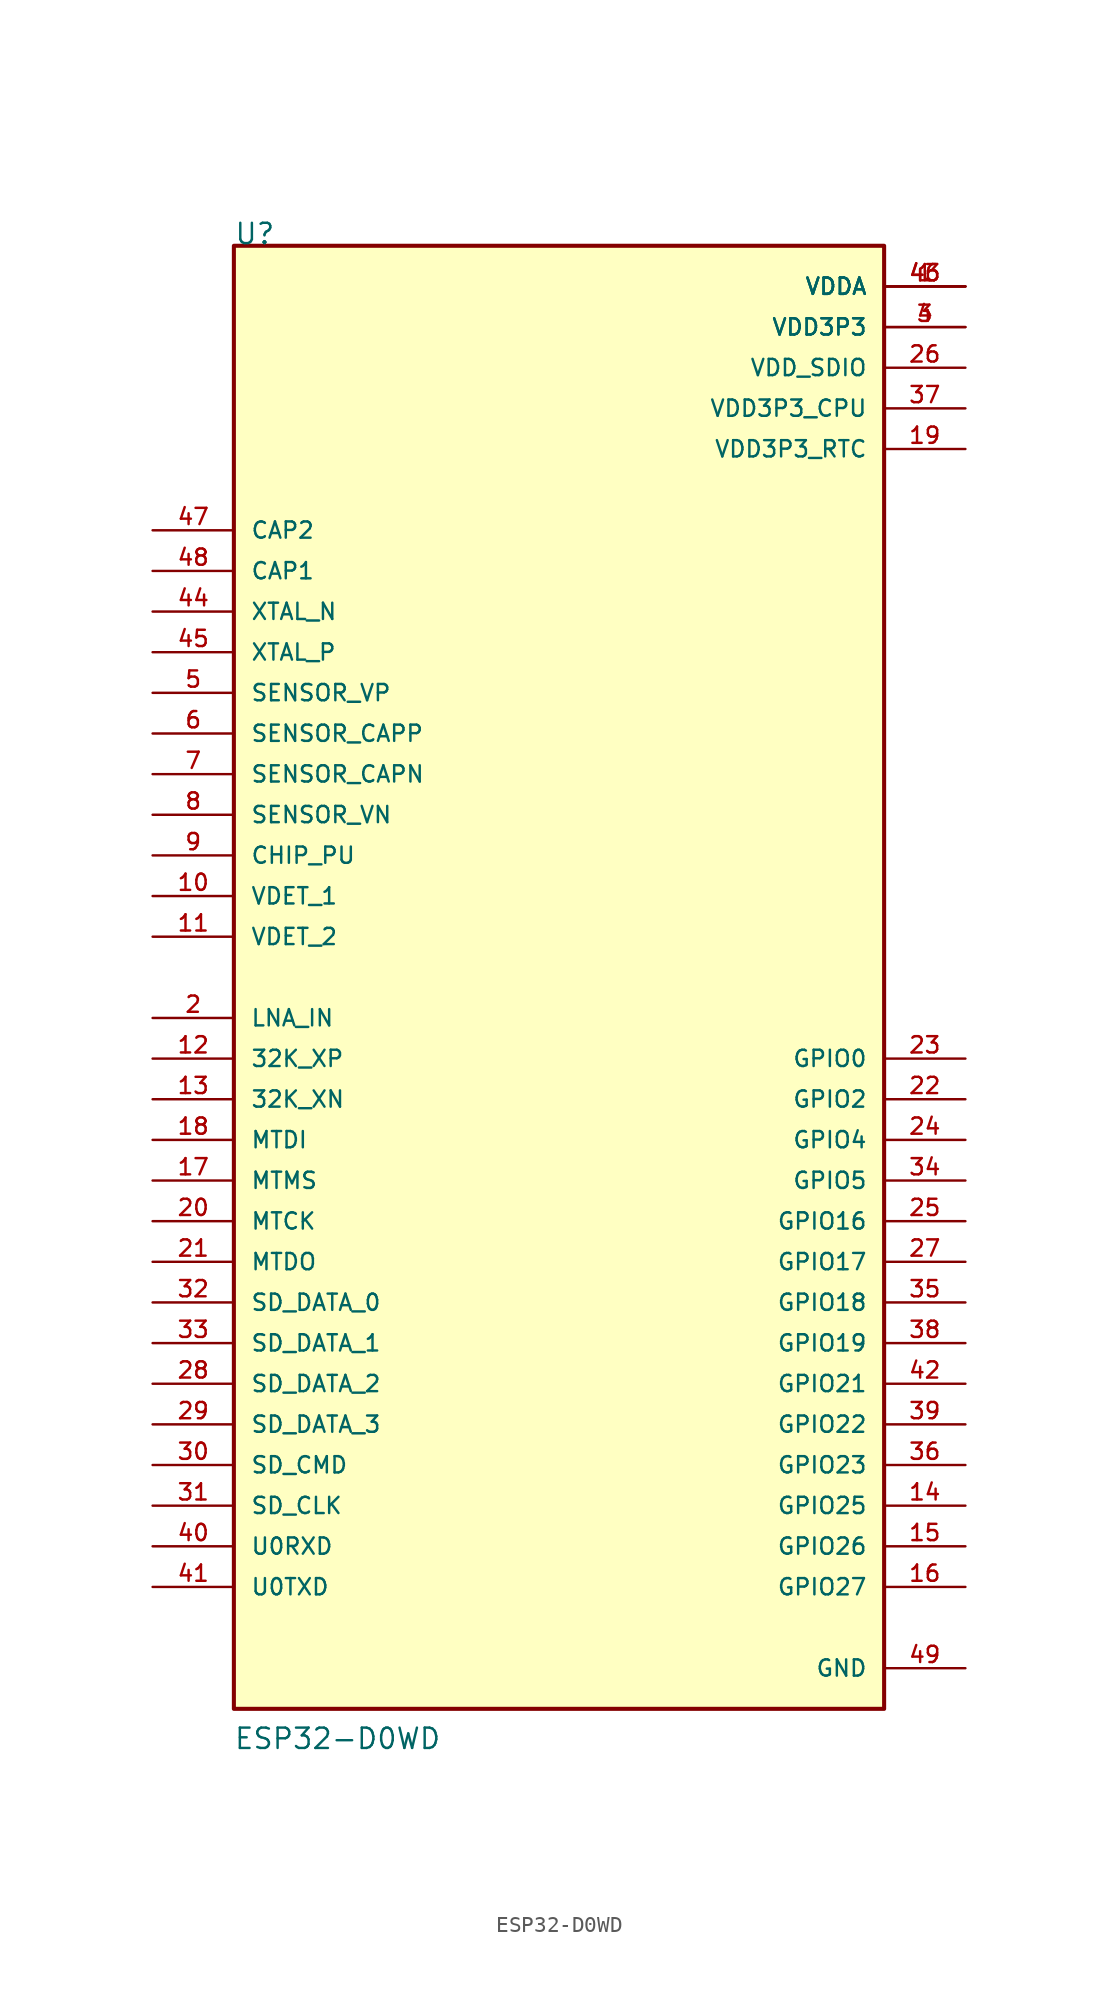
<source format=kicad_sym>
(kicad_symbol_lib
  (version 20211014)
  (generator kicad_symbol_editor)
  (symbol "ESP32-D0WD"
    (pin_names
      (offset 1.016))
    (property "Reference" "U"
      (at -20.322 45.725 0)
      (effects (font (size 1.27 1.27)) (justify bottom left)))
    (property "Value" "ESP32-D0WD"
      (at -20.348 -48.326 0)
      (effects (font (size 1.27 1.27)) (justify bottom left)))
    (symbol "ESP32-D0WD_0_0"
      (rectangle (start -20.32 -45.72) (end 20.32 45.72) (stroke (width 0.254)) (fill (type background)))
      (pin power_in line (at 25.4 43.18 180.0) (length 5.08) (name "VDDA" (effects (font (size 1.016 1.016)))) (number "1" (effects (font (size 1.016 1.016)))))
      (pin power_in line (at 25.4 43.18 180.0) (length 5.08) (name "VDDA" (effects (font (size 1.016 1.016)))) (number "43" (effects (font (size 1.016 1.016)))))
      (pin power_in line (at 25.4 43.18 180.0) (length 5.08) (name "VDDA" (effects (font (size 1.016 1.016)))) (number "46" (effects (font (size 1.016 1.016)))))
      (pin bidirectional line (at -25.4 -2.54 0) (length 5.08) (name "LNA_IN" (effects (font (size 1.016 1.016)))) (number "2" (effects (font (size 1.016 1.016)))))
      (pin power_in line (at 25.4 40.64 180.0) (length 5.08) (name "VDD3P3" (effects (font (size 1.016 1.016)))) (number "3" (effects (font (size 1.016 1.016)))))
      (pin power_in line (at 25.4 40.64 180.0) (length 5.08) (name "VDD3P3" (effects (font (size 1.016 1.016)))) (number "4" (effects (font (size 1.016 1.016)))))
      (pin input line (at -25.4 17.78 0) (length 5.08) (name "SENSOR_VP" (effects (font (size 1.016 1.016)))) (number "5" (effects (font (size 1.016 1.016)))))
      (pin input line (at -25.4 15.24 0) (length 5.08) (name "SENSOR_CAPP" (effects (font (size 1.016 1.016)))) (number "6" (effects (font (size 1.016 1.016)))))
      (pin input line (at -25.4 12.7 0) (length 5.08) (name "SENSOR_CAPN" (effects (font (size 1.016 1.016)))) (number "7" (effects (font (size 1.016 1.016)))))
      (pin input line (at -25.4 10.16 0) (length 5.08) (name "SENSOR_VN" (effects (font (size 1.016 1.016)))) (number "8" (effects (font (size 1.016 1.016)))))
      (pin input line (at -25.4 7.62 0) (length 5.08) (name "CHIP_PU" (effects (font (size 1.016 1.016)))) (number "9" (effects (font (size 1.016 1.016)))))
      (pin input line (at -25.4 5.08 0) (length 5.08) (name "VDET_1" (effects (font (size 1.016 1.016)))) (number "10" (effects (font (size 1.016 1.016)))))
      (pin input line (at -25.4 2.54 0) (length 5.08) (name "VDET_2" (effects (font (size 1.016 1.016)))) (number "11" (effects (font (size 1.016 1.016)))))
      (pin bidirectional line (at -25.4 -5.08 0) (length 5.08) (name "32K_XP" (effects (font (size 1.016 1.016)))) (number "12" (effects (font (size 1.016 1.016)))))
      (pin bidirectional line (at -25.4 -7.62 0) (length 5.08) (name "32K_XN" (effects (font (size 1.016 1.016)))) (number "13" (effects (font (size 1.016 1.016)))))
      (pin bidirectional line (at 25.4 -33.02 180.0) (length 5.08) (name "GPIO25" (effects (font (size 1.016 1.016)))) (number "14" (effects (font (size 1.016 1.016)))))
      (pin bidirectional line (at 25.4 -35.56 180.0) (length 5.08) (name "GPIO26" (effects (font (size 1.016 1.016)))) (number "15" (effects (font (size 1.016 1.016)))))
      (pin bidirectional line (at 25.4 -38.1 180.0) (length 5.08) (name "GPIO27" (effects (font (size 1.016 1.016)))) (number "16" (effects (font (size 1.016 1.016)))))
      (pin bidirectional line (at -25.4 -12.7 0) (length 5.08) (name "MTMS" (effects (font (size 1.016 1.016)))) (number "17" (effects (font (size 1.016 1.016)))))
      (pin bidirectional line (at -25.4 -10.16 0) (length 5.08) (name "MTDI" (effects (font (size 1.016 1.016)))) (number "18" (effects (font (size 1.016 1.016)))))
      (pin power_in line (at 25.4 33.02 180.0) (length 5.08) (name "VDD3P3_RTC" (effects (font (size 1.016 1.016)))) (number "19" (effects (font (size 1.016 1.016)))))
      (pin bidirectional line (at -25.4 -15.24 0) (length 5.08) (name "MTCK" (effects (font (size 1.016 1.016)))) (number "20" (effects (font (size 1.016 1.016)))))
      (pin bidirectional line (at -25.4 -17.78 0) (length 5.08) (name "MTDO" (effects (font (size 1.016 1.016)))) (number "21" (effects (font (size 1.016 1.016)))))
      (pin bidirectional line (at 25.4 -7.62 180.0) (length 5.08) (name "GPIO2" (effects (font (size 1.016 1.016)))) (number "22" (effects (font (size 1.016 1.016)))))
      (pin bidirectional line (at 25.4 -5.08 180.0) (length 5.08) (name "GPIO0" (effects (font (size 1.016 1.016)))) (number "23" (effects (font (size 1.016 1.016)))))
      (pin bidirectional line (at 25.4 -10.16 180.0) (length 5.08) (name "GPIO4" (effects (font (size 1.016 1.016)))) (number "24" (effects (font (size 1.016 1.016)))))
      (pin bidirectional line (at 25.4 -15.24 180.0) (length 5.08) (name "GPIO16" (effects (font (size 1.016 1.016)))) (number "25" (effects (font (size 1.016 1.016)))))
      (pin power_in line (at 25.4 38.1 180.0) (length 5.08) (name "VDD_SDIO" (effects (font (size 1.016 1.016)))) (number "26" (effects (font (size 1.016 1.016)))))
      (pin bidirectional line (at 25.4 -17.78 180.0) (length 5.08) (name "GPIO17" (effects (font (size 1.016 1.016)))) (number "27" (effects (font (size 1.016 1.016)))))
      (pin bidirectional line (at -25.4 -25.4 0) (length 5.08) (name "SD_DATA_2" (effects (font (size 1.016 1.016)))) (number "28" (effects (font (size 1.016 1.016)))))
      (pin bidirectional line (at -25.4 -27.94 0) (length 5.08) (name "SD_DATA_3" (effects (font (size 1.016 1.016)))) (number "29" (effects (font (size 1.016 1.016)))))
      (pin bidirectional line (at -25.4 -30.48 0) (length 5.08) (name "SD_CMD" (effects (font (size 1.016 1.016)))) (number "30" (effects (font (size 1.016 1.016)))))
      (pin bidirectional line (at -25.4 -33.02 0) (length 5.08) (name "SD_CLK" (effects (font (size 1.016 1.016)))) (number "31" (effects (font (size 1.016 1.016)))))
      (pin bidirectional line (at -25.4 -20.32 0) (length 5.08) (name "SD_DATA_0" (effects (font (size 1.016 1.016)))) (number "32" (effects (font (size 1.016 1.016)))))
      (pin bidirectional line (at -25.4 -22.86 0) (length 5.08) (name "SD_DATA_1" (effects (font (size 1.016 1.016)))) (number "33" (effects (font (size 1.016 1.016)))))
      (pin bidirectional line (at 25.4 -12.7 180.0) (length 5.08) (name "GPIO5" (effects (font (size 1.016 1.016)))) (number "34" (effects (font (size 1.016 1.016)))))
      (pin bidirectional line (at 25.4 -20.32 180.0) (length 5.08) (name "GPIO18" (effects (font (size 1.016 1.016)))) (number "35" (effects (font (size 1.016 1.016)))))
      (pin bidirectional line (at 25.4 -30.48 180.0) (length 5.08) (name "GPIO23" (effects (font (size 1.016 1.016)))) (number "36" (effects (font (size 1.016 1.016)))))
      (pin power_in line (at 25.4 35.56 180.0) (length 5.08) (name "VDD3P3_CPU" (effects (font (size 1.016 1.016)))) (number "37" (effects (font (size 1.016 1.016)))))
      (pin bidirectional line (at 25.4 -22.86 180.0) (length 5.08) (name "GPIO19" (effects (font (size 1.016 1.016)))) (number "38" (effects (font (size 1.016 1.016)))))
      (pin bidirectional line (at 25.4 -27.94 180.0) (length 5.08) (name "GPIO22" (effects (font (size 1.016 1.016)))) (number "39" (effects (font (size 1.016 1.016)))))
      (pin bidirectional line (at -25.4 -35.56 0) (length 5.08) (name "U0RXD" (effects (font (size 1.016 1.016)))) (number "40" (effects (font (size 1.016 1.016)))))
      (pin bidirectional line (at -25.4 -38.1 0) (length 5.08) (name "U0TXD" (effects (font (size 1.016 1.016)))) (number "41" (effects (font (size 1.016 1.016)))))
      (pin bidirectional line (at 25.4 -25.4 180.0) (length 5.08) (name "GPIO21" (effects (font (size 1.016 1.016)))) (number "42" (effects (font (size 1.016 1.016)))))
      (pin output line (at -25.4 22.86 0) (length 5.08) (name "XTAL_N" (effects (font (size 1.016 1.016)))) (number "44" (effects (font (size 1.016 1.016)))))
      (pin input line (at -25.4 20.32 0) (length 5.08) (name "XTAL_P" (effects (font (size 1.016 1.016)))) (number "45" (effects (font (size 1.016 1.016)))))
      (pin input line (at -25.4 27.94 0) (length 5.08) (name "CAP2" (effects (font (size 1.016 1.016)))) (number "47" (effects (font (size 1.016 1.016)))))
      (pin input line (at -25.4 25.4 0) (length 5.08) (name "CAP1" (effects (font (size 1.016 1.016)))) (number "48" (effects (font (size 1.016 1.016)))))
      (pin power_in line (at 25.4 -43.18 180.0) (length 5.08) (name "GND" (effects (font (size 1.016 1.016)))) (number "49" (effects (font (size 1.016 1.016))))))))
</source>
